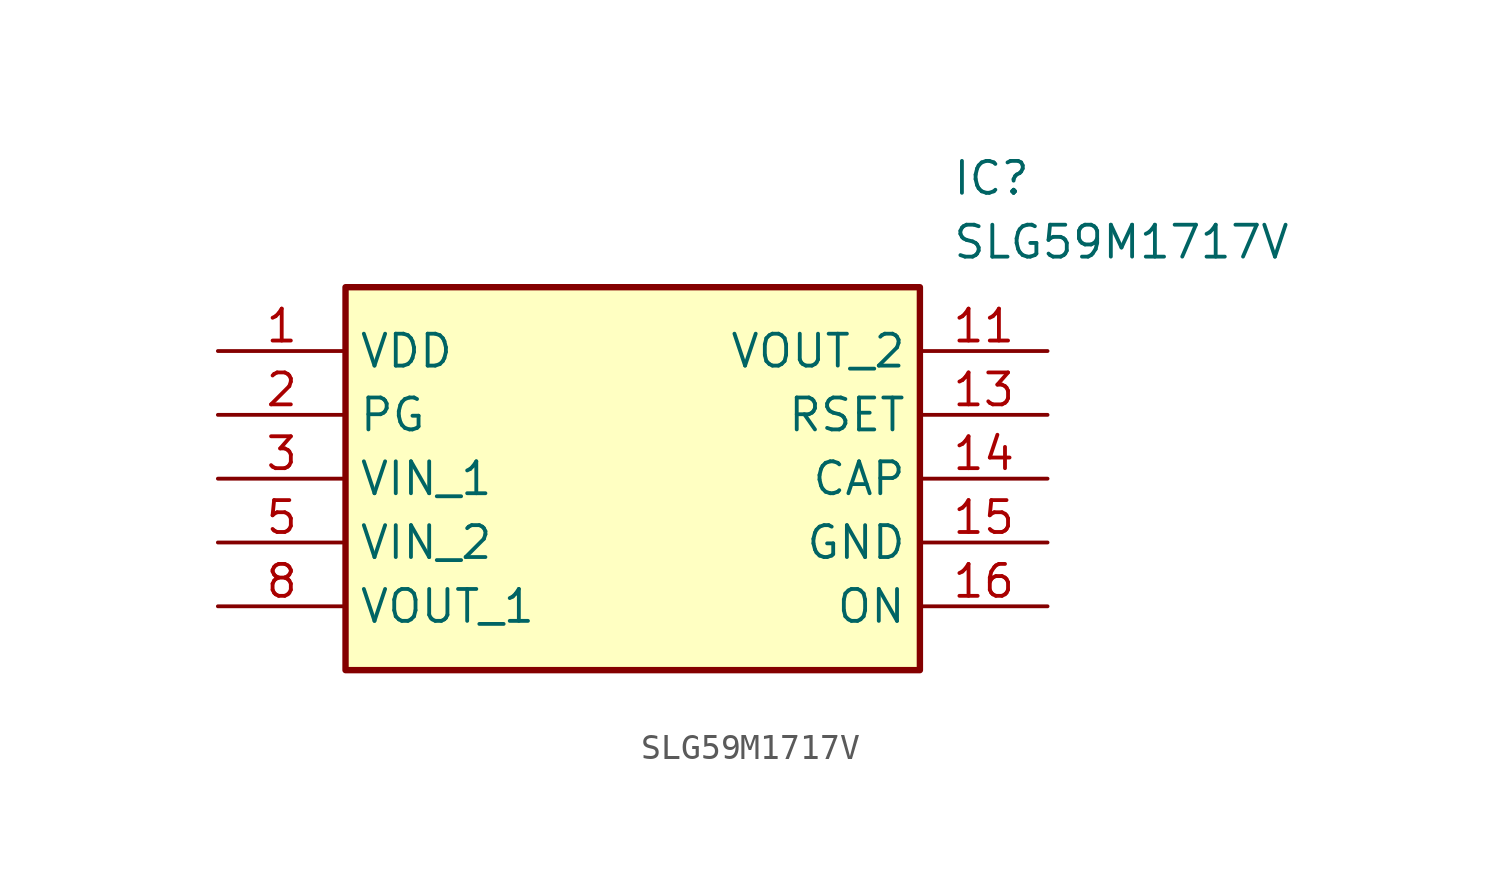
<source format=kicad_sym>
(kicad_symbol_lib
  (version 20211014)
  (generator SamacSys_ECAD_Model)
  (symbol "SLG59M1717V"
    (property "Reference" "IC"
      (at 29.21 7.62 0)
      (effects (font (size 1.27 1.27)) (justify left top)))
    (property "Value" "SLG59M1717V"
      (at 29.21 5.08 0)
      (effects (font (size 1.27 1.27)) (justify left top)))
    (rectangle
      (start 5.08 2.54)
      (end 27.94 -12.7)
      (stroke (width 0.254) (type default))
      (fill (type background)))
    (pin passive line
      (at 0 0 0)
      (length 5.08)
      (name "VDD" (effects (font (size 1.27 1.27))))
      (number "1" (effects (font (size 1.27 1.27)))))
    (pin passive line
      (at 0 -2.54 0)
      (length 5.08)
      (name "PG" (effects (font (size 1.27 1.27))))
      (number "2" (effects (font (size 1.27 1.27)))))
    (pin passive line
      (at 0 -5.08 0)
      (length 5.08)
      (name "VIN_1" (effects (font (size 1.27 1.27))))
      (number "3" (effects (font (size 1.27 1.27)))))
    (pin passive line
      (at 0 -7.62 0)
      (length 5.08)
      (name "VIN_2" (effects (font (size 1.27 1.27))))
      (number "5" (effects (font (size 1.27 1.27)))))
    (pin passive line
      (at 0 -10.16 0)
      (length 5.08)
      (name "VOUT_1" (effects (font (size 1.27 1.27))))
      (number "8" (effects (font (size 1.27 1.27)))))
    (pin passive line
      (at 33.02 0 180)
      (length 5.08)
      (name "VOUT_2" (effects (font (size 1.27 1.27))))
      (number "11" (effects (font (size 1.27 1.27)))))
    (pin passive line
      (at 33.02 -2.54 180)
      (length 5.08)
      (name "RSET" (effects (font (size 1.27 1.27))))
      (number "13" (effects (font (size 1.27 1.27)))))
    (pin passive line
      (at 33.02 -5.08 180)
      (length 5.08)
      (name "CAP" (effects (font (size 1.27 1.27))))
      (number "14" (effects (font (size 1.27 1.27)))))
    (pin passive line
      (at 33.02 -7.62 180)
      (length 5.08)
      (name "GND" (effects (font (size 1.27 1.27))))
      (number "15" (effects (font (size 1.27 1.27)))))
    (pin passive line
      (at 33.02 -10.16 180)
      (length 5.08)
      (name "ON" (effects (font (size 1.27 1.27))))
      (number "16" (effects (font (size 1.27 1.27)))))))
</source>
